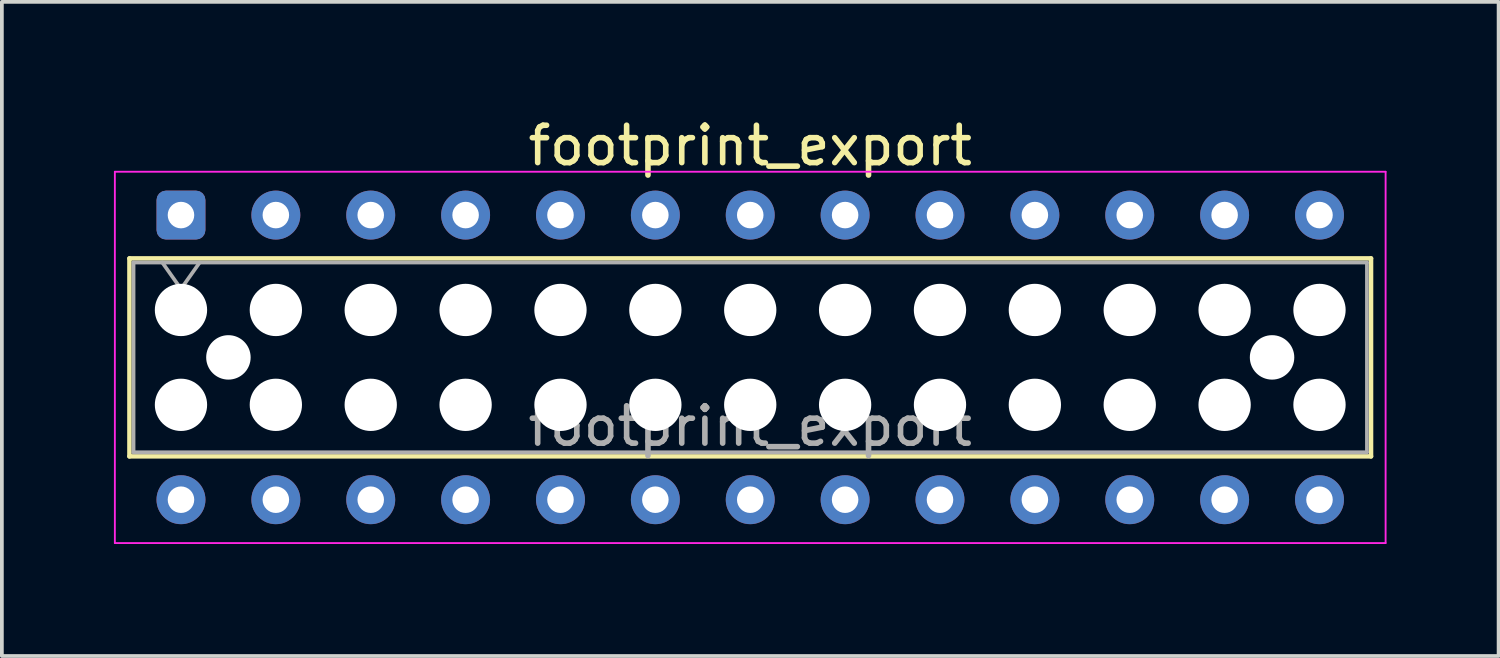
<source format=kicad_pcb>
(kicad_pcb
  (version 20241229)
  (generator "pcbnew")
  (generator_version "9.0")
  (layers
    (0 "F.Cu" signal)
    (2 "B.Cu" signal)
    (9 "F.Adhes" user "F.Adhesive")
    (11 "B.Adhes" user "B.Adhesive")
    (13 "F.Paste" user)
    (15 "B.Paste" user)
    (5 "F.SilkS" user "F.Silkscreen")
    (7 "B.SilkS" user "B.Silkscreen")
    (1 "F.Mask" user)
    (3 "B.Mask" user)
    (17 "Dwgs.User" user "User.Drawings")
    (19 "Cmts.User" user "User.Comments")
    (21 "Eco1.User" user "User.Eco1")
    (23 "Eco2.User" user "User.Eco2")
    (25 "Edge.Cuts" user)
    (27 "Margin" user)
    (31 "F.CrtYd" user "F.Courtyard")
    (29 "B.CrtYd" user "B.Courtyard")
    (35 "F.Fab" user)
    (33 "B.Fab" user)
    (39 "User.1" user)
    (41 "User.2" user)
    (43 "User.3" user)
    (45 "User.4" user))
  (footprint "footprint_export"
    (layer "F.Cu")
    (at 1.795 2.708)
    (property "Reference" "footprint_export" (at 15.24 -1.86 0) (layer "F.SilkS") (effects (font (size 1 1) (thickness 0.15))))
    (attr through_hole)
    (fp_line (start -1.38 1.16) (end 31.86 1.16) (stroke (width 0.12) (type solid)) (layer "F.SilkS"))
    (fp_line (start -1.38 6.46) (end -1.38 1.16) (stroke (width 0.12) (type solid)) (layer "F.SilkS"))
    (fp_line (start 31.86 1.16) (end 31.86 6.46) (stroke (width 0.12) (type solid)) (layer "F.SilkS"))
    (fp_line (start 31.86 6.46) (end -1.38 6.46) (stroke (width 0.12) (type solid)) (layer "F.SilkS"))
    (fp_line (start -1.77 -1.16) (end 32.25 -1.16) (stroke (width 0.05) (type solid)) (layer "F.CrtYd"))
    (fp_line (start -1.77 8.78) (end -1.77 -1.16) (stroke (width 0.05) (type solid)) (layer "F.CrtYd"))
    (fp_line (start 32.25 -1.16) (end 32.25 8.78) (stroke (width 0.05) (type solid)) (layer "F.CrtYd"))
    (fp_line (start 32.25 8.78) (end -1.77 8.78) (stroke (width 0.05) (type solid)) (layer "F.CrtYd"))
    (fp_line (start -1.27 1.27) (end 31.75 1.27) (stroke (width 0.1) (type solid)) (layer "F.Fab"))
    (fp_line (start -1.27 6.35) (end -1.27 1.27) (stroke (width 0.1) (type solid)) (layer "F.Fab"))
    (fp_line (start -0.5 1.27) (end 0 1.977) (stroke (width 0.1) (type solid)) (layer "F.Fab"))
    (fp_line (start 0 1.977) (end 0.5 1.27) (stroke (width 0.1) (type solid)) (layer "F.Fab"))
    (fp_line (start 31.75 1.27) (end 31.75 6.35) (stroke (width 0.1) (type solid)) (layer "F.Fab"))
    (fp_line (start 31.75 6.35) (end -1.27 6.35) (stroke (width 0.1) (type solid)) (layer "F.Fab"))
    (fp_text user "${REFERENCE}" (at 15.24 5.65 0) (layer "F.Fab") (effects (font (size 1 1) (thickness 0.15))))
    (pad "" np_thru_hole circle (at 0 2.54) (size 1.4 1.4) (drill 1.4) (layers "*.Cu" "*.Mask"))
    (pad "" np_thru_hole circle (at 0 5.08) (size 1.4 1.4) (drill 1.4) (layers "*.Cu" "*.Mask"))
    (pad "" np_thru_hole circle (at 1.27 3.81) (size 1.19 1.19) (drill 1.19) (layers "*.Cu" "*.Mask"))
    (pad "" np_thru_hole circle (at 2.54 2.54) (size 1.4 1.4) (drill 1.4) (layers "*.Cu" "*.Mask"))
    (pad "" np_thru_hole circle (at 2.54 5.08) (size 1.4 1.4) (drill 1.4) (layers "*.Cu" "*.Mask"))
    (pad "" np_thru_hole circle (at 5.08 2.54) (size 1.4 1.4) (drill 1.4) (layers "*.Cu" "*.Mask"))
    (pad "" np_thru_hole circle (at 5.08 5.08) (size 1.4 1.4) (drill 1.4) (layers "*.Cu" "*.Mask"))
    (pad "" np_thru_hole circle (at 7.62 2.54) (size 1.4 1.4) (drill 1.4) (layers "*.Cu" "*.Mask"))
    (pad "" np_thru_hole circle (at 7.62 5.08) (size 1.4 1.4) (drill 1.4) (layers "*.Cu" "*.Mask"))
    (pad "" np_thru_hole circle (at 10.16 2.54) (size 1.4 1.4) (drill 1.4) (layers "*.Cu" "*.Mask"))
    (pad "" np_thru_hole circle (at 10.16 5.08) (size 1.4 1.4) (drill 1.4) (layers "*.Cu" "*.Mask"))
    (pad "" np_thru_hole circle (at 12.7 2.54) (size 1.4 1.4) (drill 1.4) (layers "*.Cu" "*.Mask"))
    (pad "" np_thru_hole circle (at 12.7 5.08) (size 1.4 1.4) (drill 1.4) (layers "*.Cu" "*.Mask"))
    (pad "" np_thru_hole circle (at 15.24 2.54) (size 1.4 1.4) (drill 1.4) (layers "*.Cu" "*.Mask"))
    (pad "" np_thru_hole circle (at 15.24 5.08) (size 1.4 1.4) (drill 1.4) (layers "*.Cu" "*.Mask"))
    (pad "" np_thru_hole circle (at 17.78 2.54) (size 1.4 1.4) (drill 1.4) (layers "*.Cu" "*.Mask"))
    (pad "" np_thru_hole circle (at 17.78 5.08) (size 1.4 1.4) (drill 1.4) (layers "*.Cu" "*.Mask"))
    (pad "" np_thru_hole circle (at 20.32 2.54) (size 1.4 1.4) (drill 1.4) (layers "*.Cu" "*.Mask"))
    (pad "" np_thru_hole circle (at 20.32 5.08) (size 1.4 1.4) (drill 1.4) (layers "*.Cu" "*.Mask"))
    (pad "" np_thru_hole circle (at 22.86 2.54) (size 1.4 1.4) (drill 1.4) (layers "*.Cu" "*.Mask"))
    (pad "" np_thru_hole circle (at 22.86 5.08) (size 1.4 1.4) (drill 1.4) (layers "*.Cu" "*.Mask"))
    (pad "" np_thru_hole circle (at 25.4 2.54) (size 1.4 1.4) (drill 1.4) (layers "*.Cu" "*.Mask"))
    (pad "" np_thru_hole circle (at 25.4 5.08) (size 1.4 1.4) (drill 1.4) (layers "*.Cu" "*.Mask"))
    (pad "" np_thru_hole circle (at 27.94 2.54) (size 1.4 1.4) (drill 1.4) (layers "*.Cu" "*.Mask"))
    (pad "" np_thru_hole circle (at 27.94 5.08) (size 1.4 1.4) (drill 1.4) (layers "*.Cu" "*.Mask"))
    (pad "" np_thru_hole circle (at 29.21 3.81) (size 1.19 1.19) (drill 1.19) (layers "*.Cu" "*.Mask"))
    (pad "" np_thru_hole circle (at 30.48 2.54) (size 1.4 1.4) (drill 1.4) (layers "*.Cu" "*.Mask"))
    (pad "" np_thru_hole circle (at 30.48 5.08) (size 1.4 1.4) (drill 1.4) (layers "*.Cu" "*.Mask"))
    (pad "1" thru_hole roundrect (at 0 0) (size 1.31 1.31) (drill 0.71) (layers "*.Cu" "*.Mask") (roundrect_rratio 0.191))
    (pad "2" thru_hole circle (at 0 7.62) (size 1.31 1.31) (drill 0.71) (layers "*.Cu" "*.Mask"))
    (pad "3" thru_hole circle (at 2.54 0) (size 1.31 1.31) (drill 0.71) (layers "*.Cu" "*.Mask"))
    (pad "4" thru_hole circle (at 2.54 7.62) (size 1.31 1.31) (drill 0.71) (layers "*.Cu" "*.Mask"))
    (pad "5" thru_hole circle (at 5.08 0) (size 1.31 1.31) (drill 0.71) (layers "*.Cu" "*.Mask"))
    (pad "6" thru_hole circle (at 5.08 7.62) (size 1.31 1.31) (drill 0.71) (layers "*.Cu" "*.Mask"))
    (pad "7" thru_hole circle (at 7.62 0) (size 1.31 1.31) (drill 0.71) (layers "*.Cu" "*.Mask"))
    (pad "8" thru_hole circle (at 7.62 7.62) (size 1.31 1.31) (drill 0.71) (layers "*.Cu" "*.Mask"))
    (pad "9" thru_hole circle (at 10.16 0) (size 1.31 1.31) (drill 0.71) (layers "*.Cu" "*.Mask"))
    (pad "10" thru_hole circle (at 10.16 7.62) (size 1.31 1.31) (drill 0.71) (layers "*.Cu" "*.Mask"))
    (pad "11" thru_hole circle (at 12.7 0) (size 1.31 1.31) (drill 0.71) (layers "*.Cu" "*.Mask"))
    (pad "12" thru_hole circle (at 12.7 7.62) (size 1.31 1.31) (drill 0.71) (layers "*.Cu" "*.Mask"))
    (pad "13" thru_hole circle (at 15.24 0) (size 1.31 1.31) (drill 0.71) (layers "*.Cu" "*.Mask"))
    (pad "14" thru_hole circle (at 15.24 7.62) (size 1.31 1.31) (drill 0.71) (layers "*.Cu" "*.Mask"))
    (pad "15" thru_hole circle (at 17.78 0) (size 1.31 1.31) (drill 0.71) (layers "*.Cu" "*.Mask"))
    (pad "16" thru_hole circle (at 17.78 7.62) (size 1.31 1.31) (drill 0.71) (layers "*.Cu" "*.Mask"))
    (pad "17" thru_hole circle (at 20.32 0) (size 1.31 1.31) (drill 0.71) (layers "*.Cu" "*.Mask"))
    (pad "18" thru_hole circle (at 20.32 7.62) (size 1.31 1.31) (drill 0.71) (layers "*.Cu" "*.Mask"))
    (pad "19" thru_hole circle (at 22.86 0) (size 1.31 1.31) (drill 0.71) (layers "*.Cu" "*.Mask"))
    (pad "20" thru_hole circle (at 22.86 7.62) (size 1.31 1.31) (drill 0.71) (layers "*.Cu" "*.Mask"))
    (pad "21" thru_hole circle (at 25.4 0) (size 1.31 1.31) (drill 0.71) (layers "*.Cu" "*.Mask"))
    (pad "22" thru_hole circle (at 25.4 7.62) (size 1.31 1.31) (drill 0.71) (layers "*.Cu" "*.Mask"))
    (pad "23" thru_hole circle (at 27.94 0) (size 1.31 1.31) (drill 0.71) (layers "*.Cu" "*.Mask"))
    (pad "24" thru_hole circle (at 27.94 7.62) (size 1.31 1.31) (drill 0.71) (layers "*.Cu" "*.Mask"))
    (pad "25" thru_hole circle (at 30.48 0) (size 1.31 1.31) (drill 0.71) (layers "*.Cu" "*.Mask"))
    (pad "26" thru_hole circle (at 30.48 7.62) (size 1.31 1.31) (drill 0.71) (layers "*.Cu" "*.Mask")))
  (gr_rect
    (start -3 -3)
    (end 37.07 14.513)
    (stroke (width 0.1) (type default))
    (fill no)
    (layer "Edge.Cuts")))
</source>
